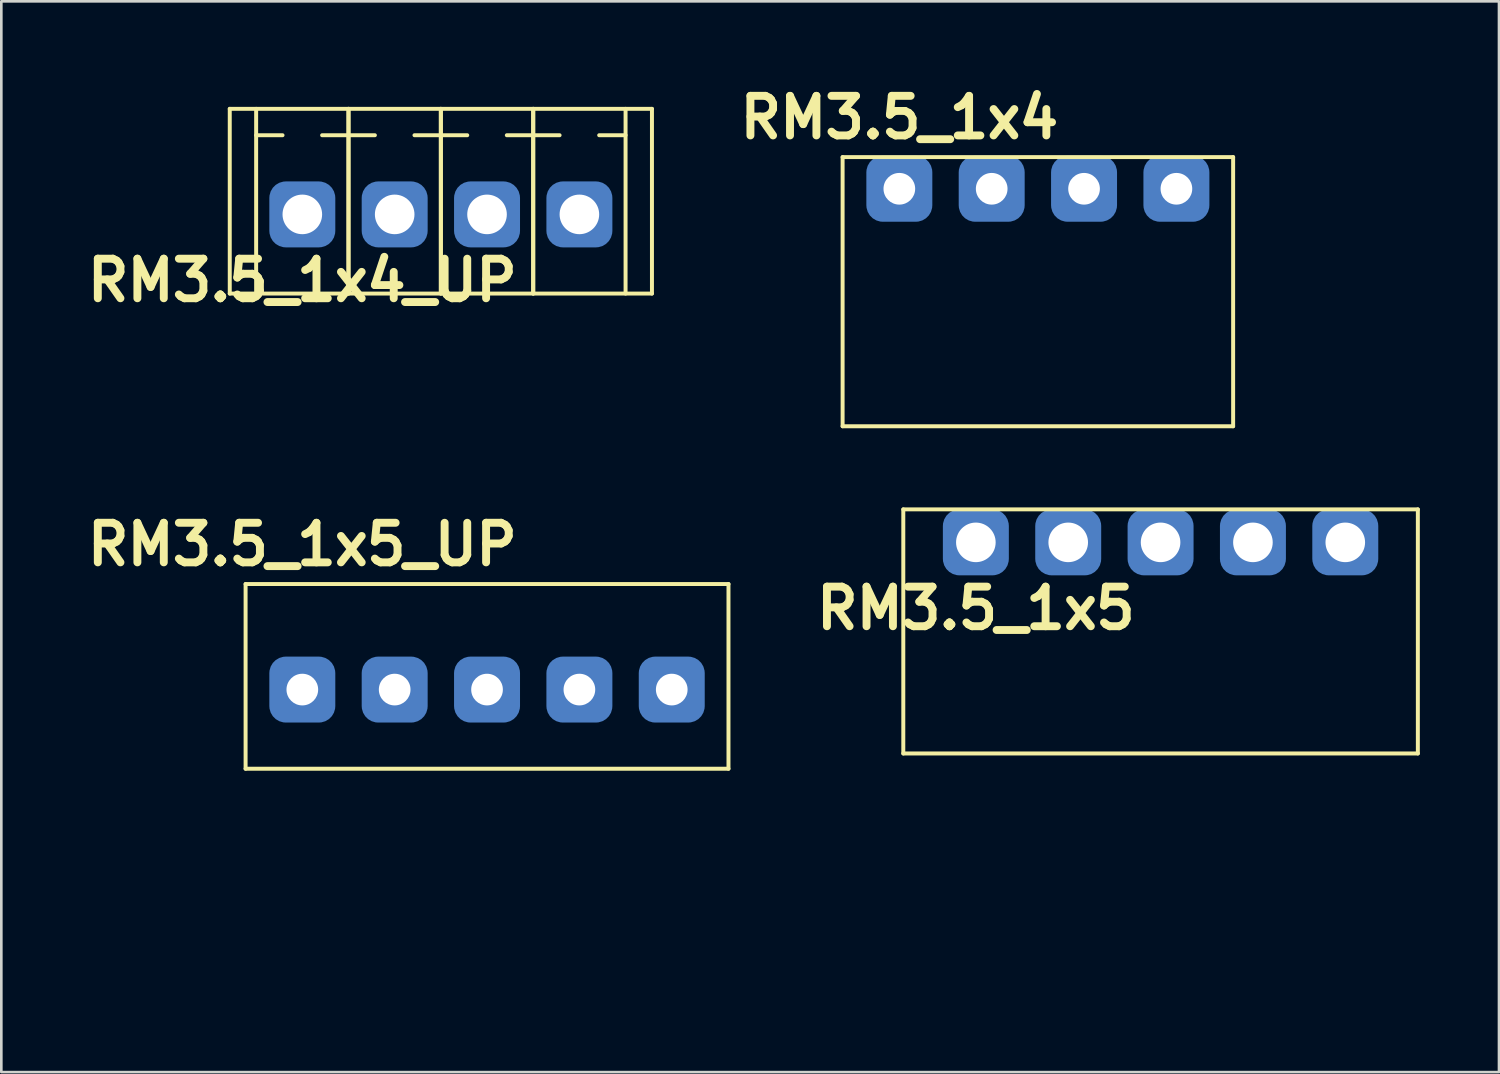
<source format=kicad_pcb>
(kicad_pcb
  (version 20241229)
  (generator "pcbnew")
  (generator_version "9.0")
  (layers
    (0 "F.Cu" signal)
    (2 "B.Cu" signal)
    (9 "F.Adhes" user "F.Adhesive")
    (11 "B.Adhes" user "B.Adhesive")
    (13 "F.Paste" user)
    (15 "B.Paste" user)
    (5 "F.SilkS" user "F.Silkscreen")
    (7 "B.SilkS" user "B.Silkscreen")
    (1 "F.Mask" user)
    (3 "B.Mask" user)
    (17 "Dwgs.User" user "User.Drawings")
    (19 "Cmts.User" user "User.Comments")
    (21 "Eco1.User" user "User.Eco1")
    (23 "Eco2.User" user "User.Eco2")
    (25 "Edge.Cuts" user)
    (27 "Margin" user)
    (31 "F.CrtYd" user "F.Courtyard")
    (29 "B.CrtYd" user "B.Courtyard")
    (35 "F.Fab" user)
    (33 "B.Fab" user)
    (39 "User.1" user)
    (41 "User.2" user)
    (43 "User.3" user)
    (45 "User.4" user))
  (footprint "RM3.5_1x4"
    (layer "F.Cu")
    (at 31.032 4.104)
    (property "Reference" "RM3.5_1x4" (at 0 -2.7 0) (layer "F.SilkS") (effects (font (size 1.5 1.5) (thickness 0.3))))
    (attr through_hole)
    (fp_line (start -2.15 -1.2) (end -2.15 9) (stroke (width 0.15) (type solid)) (layer "F.SilkS"))
    (fp_line (start -2.15 -1.2) (end 12.65 -1.2) (stroke (width 0.15) (type solid)) (layer "F.SilkS"))
    (fp_line (start -2.15 9) (end 12.65 9) (stroke (width 0.15) (type solid)) (layer "F.SilkS"))
    (fp_line (start 12.65 -1.2) (end 12.65 9) (stroke (width 0.15) (type solid)) (layer "F.SilkS"))
    (pad "0" thru_hole circle (at 0 0) (size 1.5 1.5) (drill 1.2) (layers "*.Cu" "*.Mask"))
    (pad "0" smd roundrect (at 0 0) (size 2.5 2.5) (layers "B.Cu" "B.Mask") (roundrect_rratio 0.25))
    (pad "1" thru_hole circle (at 3.5 0) (size 1.5 1.5) (drill 1.2) (layers "*.Cu" "*.Mask"))
    (pad "1" smd roundrect (at 3.5 0) (size 2.5 2.5) (layers "B.Cu" "B.Mask") (roundrect_rratio 0.25))
    (pad "2" thru_hole circle (at 7 0) (size 1.5 1.5) (drill 1.2) (layers "*.Cu" "*.Mask"))
    (pad "2" smd roundrect (at 7 0) (size 2.5 2.5) (layers "B.Cu" "B.Mask") (roundrect_rratio 0.25))
    (pad "3" thru_hole circle (at 10.5 0) (size 1.5 1.5) (drill 1.2) (layers "*.Cu" "*.Mask"))
    (pad "3" smd roundrect (at 10.5 0) (size 2.5 2.5) (layers "B.Cu" "B.Mask") (roundrect_rratio 0.25)))
  (footprint "RM3.5_1x4_UP"
    (layer "F.Cu")
    (at 8.407 5.075)
    (property "Reference" "RM3.5_1x4_UP" (at 0 2.5 0) (layer "F.SilkS") (effects (font (size 1.5 1.5) (thickness 0.3))))
    (attr through_hole)
    (fp_line (start -2.75 -4) (end -2.75 3) (stroke (width 0.15) (type solid)) (layer "F.SilkS"))
    (fp_line (start -2.75 -4) (end 13.25 -4) (stroke (width 0.15) (type solid)) (layer "F.SilkS"))
    (fp_line (start -2.75 3) (end 13.25 3) (stroke (width 0.15) (type solid)) (layer "F.SilkS"))
    (fp_line (start -1.75 -3) (end -0.75 -3) (stroke (width 0.15) (type solid)) (layer "F.SilkS"))
    (fp_line (start -1.75 3) (end -1.75 -4) (stroke (width 0.15) (type solid)) (layer "F.SilkS"))
    (fp_line (start 1.75 -3) (end 0.75 -3) (stroke (width 0.15) (type solid)) (layer "F.SilkS"))
    (fp_line (start 1.75 -3) (end 2.75 -3) (stroke (width 0.15) (type solid)) (layer "F.SilkS"))
    (fp_line (start 1.75 3) (end 1.75 -4) (stroke (width 0.15) (type solid)) (layer "F.SilkS"))
    (fp_line (start 1.75 3) (end 1.75 -4) (stroke (width 0.15) (type solid)) (layer "F.SilkS"))
    (fp_line (start 5.25 -3) (end 4.25 -3) (stroke (width 0.15) (type solid)) (layer "F.SilkS"))
    (fp_line (start 5.25 -3) (end 6.25 -3) (stroke (width 0.15) (type solid)) (layer "F.SilkS"))
    (fp_line (start 5.25 3) (end 5.25 -4) (stroke (width 0.15) (type solid)) (layer "F.SilkS"))
    (fp_line (start 5.25 3) (end 5.25 -4) (stroke (width 0.15) (type solid)) (layer "F.SilkS"))
    (fp_line (start 8.75 -3) (end 7.75 -3) (stroke (width 0.15) (type solid)) (layer "F.SilkS"))
    (fp_line (start 8.75 -3) (end 9.75 -3) (stroke (width 0.15) (type solid)) (layer "F.SilkS"))
    (fp_line (start 8.75 3) (end 8.75 -4) (stroke (width 0.15) (type solid)) (layer "F.SilkS"))
    (fp_line (start 8.75 3) (end 8.75 -4) (stroke (width 0.15) (type solid)) (layer "F.SilkS"))
    (fp_line (start 12.25 -3) (end 11.25 -3) (stroke (width 0.15) (type solid)) (layer "F.SilkS"))
    (fp_line (start 12.25 3) (end 12.25 -4) (stroke (width 0.15) (type solid)) (layer "F.SilkS"))
    (fp_line (start 13.25 -4) (end 13.25 3) (stroke (width 0.15) (type solid)) (layer "F.SilkS"))
    (fp_line (start -1.75 -5) (end 12.25 -5) (stroke (width 0.15) (type solid)) (layer "Margin"))
    (fp_line (start -1.75 6.5) (end -1.75 -5) (stroke (width 0.15) (type solid)) (layer "Margin"))
    (fp_line (start -1.75 6.5) (end 12.25 6.5) (stroke (width 0.15) (type solid)) (layer "Margin"))
    (fp_line (start -1 1.5) (end 1 1.5) (stroke (width 0.15) (type solid)) (layer "Margin"))
    (fp_line (start -1 4) (end -1 1.5) (stroke (width 0.15) (type solid)) (layer "Margin"))
    (fp_line (start -1 4) (end 1 4) (stroke (width 0.15) (type solid)) (layer "Margin"))
    (fp_line (start 1 4) (end 1 1.5) (stroke (width 0.15) (type solid)) (layer "Margin"))
    (fp_line (start 2.5 1.5) (end 4.5 1.5) (stroke (width 0.15) (type solid)) (layer "Margin"))
    (fp_line (start 2.5 4) (end 2.5 1.5) (stroke (width 0.15) (type solid)) (layer "Margin"))
    (fp_line (start 2.5 4) (end 4.5 4) (stroke (width 0.15) (type solid)) (layer "Margin"))
    (fp_line (start 4.5 4) (end 4.5 1.5) (stroke (width 0.15) (type solid)) (layer "Margin"))
    (fp_line (start 6 1.5) (end 8 1.5) (stroke (width 0.15) (type solid)) (layer "Margin"))
    (fp_line (start 6 4) (end 6 1.5) (stroke (width 0.15) (type solid)) (layer "Margin"))
    (fp_line (start 6 4) (end 8 4) (stroke (width 0.15) (type solid)) (layer "Margin"))
    (fp_line (start 8 4) (end 8 1.5) (stroke (width 0.15) (type solid)) (layer "Margin"))
    (fp_line (start 9.5 1.5) (end 11.5 1.5) (stroke (width 0.15) (type solid)) (layer "Margin"))
    (fp_line (start 9.5 4) (end 9.5 1.5) (stroke (width 0.15) (type solid)) (layer "Margin"))
    (fp_line (start 9.5 4) (end 11.5 4) (stroke (width 0.15) (type solid)) (layer "Margin"))
    (fp_line (start 11.5 4) (end 11.5 1.5) (stroke (width 0.15) (type solid)) (layer "Margin"))
    (fp_line (start 12.25 6.5) (end 12.25 -5) (stroke (width 0.15) (type solid)) (layer "Margin"))
    (pad "1" thru_hole circle (at 0 0) (size 1.8 1.8) (drill 1.5) (layers "*.Cu" "*.Mask"))
    (pad "1" smd roundrect (at 0 0) (size 2.5 2.5) (layers "B.Cu" "B.Mask") (roundrect_rratio 0.25))
    (pad "2" thru_hole circle (at 3.5 0) (size 1.8 1.8) (drill 1.5) (layers "*.Cu" "*.Mask"))
    (pad "2" smd roundrect (at 3.5 0) (size 2.5 2.5) (layers "B.Cu" "B.Mask") (roundrect_rratio 0.25))
    (pad "3" thru_hole circle (at 7 0) (size 1.8 1.8) (drill 1.5) (layers "*.Cu" "*.Mask"))
    (pad "3" smd roundrect (at 7 0) (size 2.5 2.5) (layers "B.Cu" "B.Mask") (roundrect_rratio 0.25))
    (pad "4" thru_hole circle (at 10.5 0) (size 1.8 1.8) (drill 1.5) (layers "*.Cu" "*.Mask"))
    (pad "4" smd roundrect (at 10.5 0) (size 2.5 2.5) (layers "B.Cu" "B.Mask") (roundrect_rratio 0.25)))
  (footprint "RM3.5_1x5"
    (layer "F.Cu")
    (at 33.932 17.504)
    (property "Reference" "RM3.5_1x5" (at 0 2.5 0) (layer "F.SilkS") (effects (font (size 1.5 1.5) (thickness 0.3))))
    (attr through_hole)
    (fp_line (start -2.75 -1.25) (end -2.75 8) (stroke (width 0.15) (type solid)) (layer "F.SilkS"))
    (fp_line (start -2.75 -1.25) (end 16.75 -1.25) (stroke (width 0.15) (type solid)) (layer "F.SilkS"))
    (fp_line (start -2.75 8) (end 16.75 8) (stroke (width 0.15) (type solid)) (layer "F.SilkS"))
    (fp_line (start 16.75 -1.25) (end 16.75 8) (stroke (width 0.15) (type solid)) (layer "F.SilkS"))
    (fp_line (start -1.75 17) (end -1.75 8) (stroke (width 0.15) (type solid)) (layer "Margin"))
    (fp_line (start -1.75 17) (end 15.75 17) (stroke (width 0.15) (type solid)) (layer "Margin"))
    (fp_line (start -1.5 12) (end 1.5 12) (stroke (width 0.15) (type solid)) (layer "Margin"))
    (fp_line (start 2 12) (end 5 12) (stroke (width 0.15) (type solid)) (layer "Margin"))
    (fp_line (start 5.5 12) (end 8.5 12) (stroke (width 0.15) (type solid)) (layer "Margin"))
    (fp_line (start 9 12) (end 12 12) (stroke (width 0.15) (type solid)) (layer "Margin"))
    (fp_line (start 12.5 12) (end 15.5 12) (stroke (width 0.15) (type solid)) (layer "Margin"))
    (fp_line (start 15.75 17) (end 15.75 8) (stroke (width 0.15) (type solid)) (layer "Margin"))
    (fp_circle (center 0 12) (end 0 10.5) (stroke (width 0.15) (type solid)) (fill no) (layer "Margin"))
    (fp_circle (center 3.5 12) (end 3.5 10.5) (stroke (width 0.15) (type solid)) (fill no) (layer "Margin"))
    (fp_circle (center 7 12) (end 7 10.5) (stroke (width 0.15) (type solid)) (fill no) (layer "Margin"))
    (fp_circle (center 10.5 12) (end 10.5 10.5) (stroke (width 0.15) (type solid)) (fill no) (layer "Margin"))
    (fp_circle (center 14 12) (end 14 10.5) (stroke (width 0.15) (type solid)) (fill no) (layer "Margin"))
    (pad "1" thru_hole circle (at 0 0) (size 1.8 1.8) (drill 1.5) (layers "*.Cu" "*.Mask"))
    (pad "1" smd roundrect (at 0 0) (size 2.5 2.5) (layers "B.Cu" "B.Mask") (roundrect_rratio 0.25))
    (pad "2" thru_hole circle (at 3.5 0) (size 1.8 1.8) (drill 1.5) (layers "*.Cu" "*.Mask"))
    (pad "2" smd roundrect (at 3.5 0) (size 2.5 2.5) (layers "B.Cu" "B.Mask") (roundrect_rratio 0.25))
    (pad "3" thru_hole circle (at 7 0) (size 1.8 1.8) (drill 1.5) (layers "*.Cu" "*.Mask"))
    (pad "3" smd roundrect (at 7 0) (size 2.5 2.5) (layers "B.Cu" "B.Mask") (roundrect_rratio 0.25))
    (pad "4" thru_hole circle (at 10.5 0) (size 1.8 1.8) (drill 1.5) (layers "*.Cu" "*.Mask"))
    (pad "4" smd roundrect (at 10.5 0) (size 2.5 2.5) (layers "B.Cu" "B.Mask") (roundrect_rratio 0.25))
    (pad "5" thru_hole circle (at 14 0) (size 1.8 1.8) (drill 1.5) (layers "*.Cu" "*.Mask"))
    (pad "5" smd roundrect (at 14 0) (size 2.5 2.5) (layers "B.Cu" "B.Mask") (roundrect_rratio 0.25)))
  (footprint "RM3.5_1x5_UP"
    (layer "F.Cu")
    (at 8.407 23.083)
    (property "Reference" "RM3.5_1x5_UP" (at 0 -5.5 0) (layer "F.SilkS") (effects (font (size 1.5 1.5) (thickness 0.3))))
    (attr through_hole)
    (fp_line (start -2.15 -4) (end -2.15 3) (stroke (width 0.15) (type solid)) (layer "F.SilkS"))
    (fp_line (start -2.15 -4) (end 16.15 -4) (stroke (width 0.15) (type solid)) (layer "F.SilkS"))
    (fp_line (start -2.15 3) (end 16.15 3) (stroke (width 0.15) (type solid)) (layer "F.SilkS"))
    (fp_line (start 16.15 -4) (end 16.15 3) (stroke (width 0.15) (type solid)) (layer "F.SilkS"))
    (pad "0" thru_hole circle (at 0 0) (size 1.5 1.5) (drill 1.2) (layers "*.Cu" "*.Mask"))
    (pad "0" smd roundrect (at 0 0) (size 2.5 2.5) (layers "B.Cu" "B.Mask") (roundrect_rratio 0.25))
    (pad "1" thru_hole circle (at 3.5 0) (size 1.5 1.5) (drill 1.2) (layers "*.Cu" "*.Mask"))
    (pad "1" smd roundrect (at 3.5 0) (size 2.5 2.5) (layers "B.Cu" "B.Mask") (roundrect_rratio 0.25))
    (pad "2" thru_hole circle (at 7 0) (size 1.5 1.5) (drill 1.2) (layers "*.Cu" "*.Mask"))
    (pad "2" smd roundrect (at 7 0) (size 2.5 2.5) (layers "B.Cu" "B.Mask") (roundrect_rratio 0.25))
    (pad "3" thru_hole circle (at 10.5 0) (size 1.5 1.5) (drill 1.2) (layers "*.Cu" "*.Mask"))
    (pad "3" smd roundrect (at 10.5 0) (size 2.5 2.5) (layers "B.Cu" "B.Mask") (roundrect_rratio 0.25))
    (pad "4" thru_hole circle (at 14 0) (size 1.5 1.5) (drill 1.2) (layers "*.Cu" "*.Mask"))
    (pad "4" smd roundrect (at 14 0) (size 2.5 2.5) (layers "B.Cu" "B.Mask") (roundrect_rratio 0.25)))
  (gr_rect
    (start -3 -3)
    (end 53.757 37.579)
    (stroke (width 0.1) (type default))
    (fill no)
    (layer "Edge.Cuts")))
</source>
